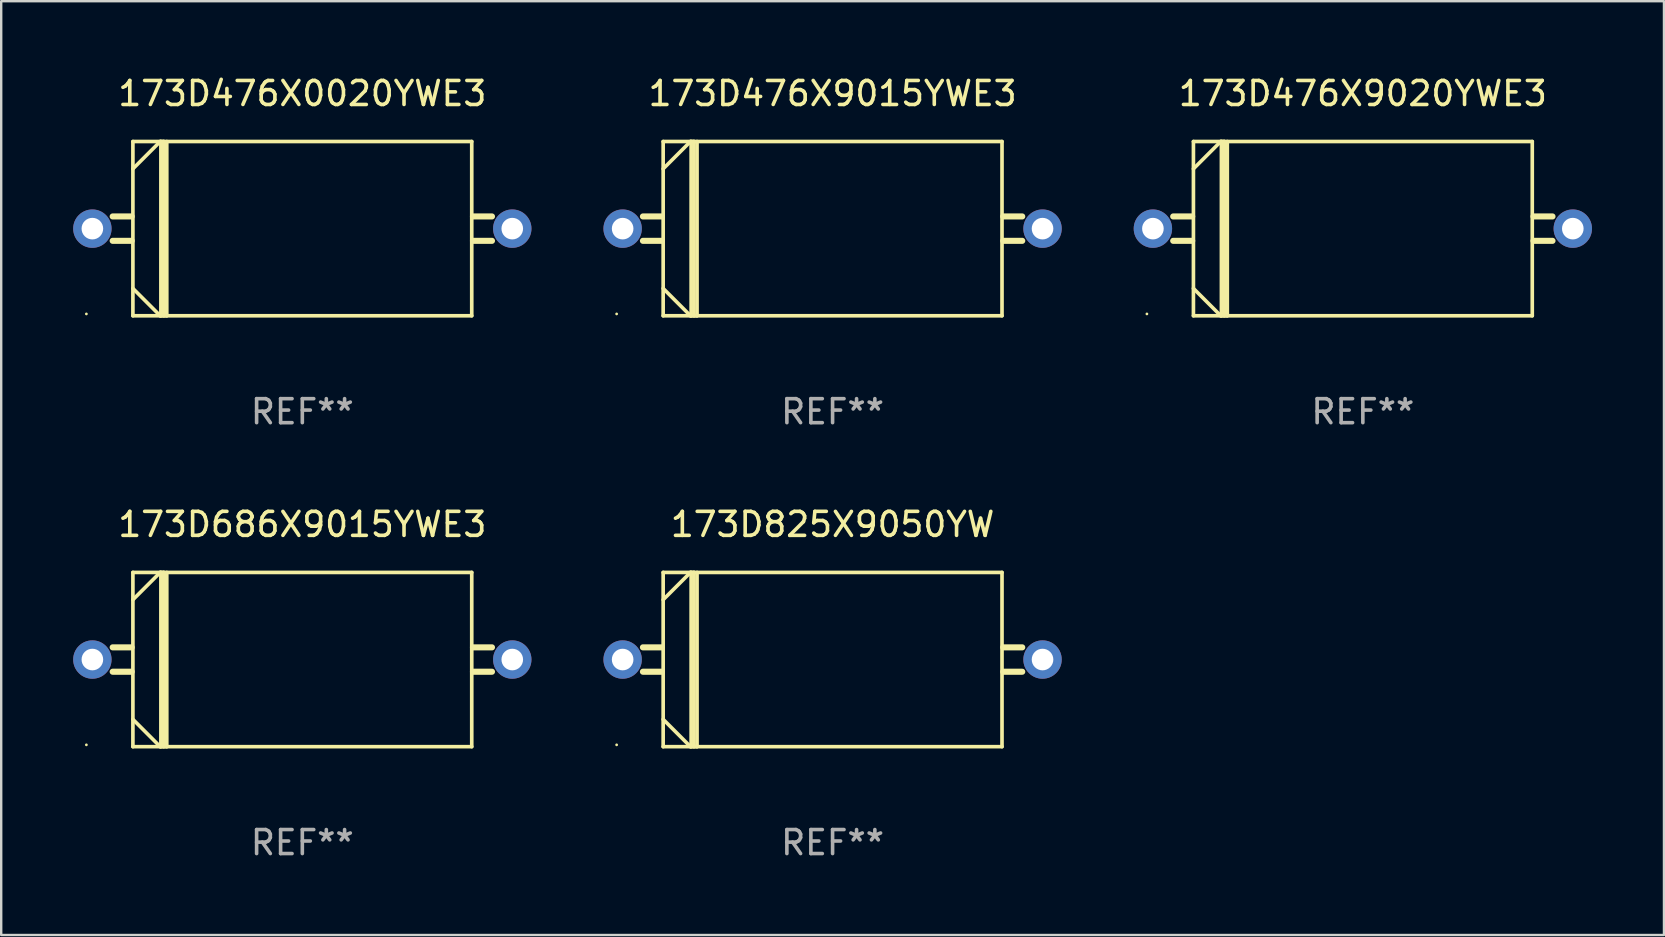
<source format=kicad_pcb>
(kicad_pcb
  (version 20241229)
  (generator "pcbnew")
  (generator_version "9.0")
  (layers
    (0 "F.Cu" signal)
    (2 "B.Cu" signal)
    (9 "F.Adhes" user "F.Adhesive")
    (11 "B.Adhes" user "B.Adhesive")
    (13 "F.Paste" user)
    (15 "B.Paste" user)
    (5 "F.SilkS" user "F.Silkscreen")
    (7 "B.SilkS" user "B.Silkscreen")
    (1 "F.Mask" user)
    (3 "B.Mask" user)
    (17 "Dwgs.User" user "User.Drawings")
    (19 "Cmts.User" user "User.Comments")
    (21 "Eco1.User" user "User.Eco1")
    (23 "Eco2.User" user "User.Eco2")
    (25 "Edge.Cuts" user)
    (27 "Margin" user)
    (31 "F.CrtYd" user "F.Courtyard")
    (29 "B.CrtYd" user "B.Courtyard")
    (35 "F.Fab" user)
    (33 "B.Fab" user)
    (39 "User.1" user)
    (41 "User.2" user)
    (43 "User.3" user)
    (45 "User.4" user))
  (footprint "173D476X9020YWE3"
    (layer "F.Cu")
    (at 53.75 6.479)
    (property "Reference" "173D476X9020YWE3" (at 0 -5.631 0) (layer "F.SilkS") (effects (font (size 1 1) (thickness 0.15))))
    (attr through_hole)
    (fp_line (start -7.112 -0.508) (end -7.904 -0.508) (stroke (width 0.254) (type solid)) (layer "F.SilkS"))
    (fp_line (start -7.112 0.508) (end -7.904 0.508) (stroke (width 0.254) (type solid)) (layer "F.SilkS"))
    (fp_line (start -7.061 -3.631) (end 7.061 -3.631) (stroke (width 0.152) (type solid)) (layer "F.SilkS"))
    (fp_line (start -7.061 3.631) (end -7.061 -3.631) (stroke (width 0.152) (type solid)) (layer "F.SilkS"))
    (fp_line (start -5.923 -3.631) (end -7.061 -2.493) (stroke (width 0.152) (type solid)) (layer "F.SilkS"))
    (fp_line (start -5.923 3.631) (end -7.061 2.493) (stroke (width 0.152) (type solid)) (layer "F.SilkS"))
    (fp_line (start -5.895 -3.631) (end -5.895 3.631) (stroke (width 0.152) (type solid)) (layer "F.SilkS"))
    (fp_line (start -5.776 -3.631) (end -5.923 -3.631) (stroke (width 0.152) (type solid)) (layer "F.SilkS"))
    (fp_line (start -5.776 -3.631) (end -5.776 3.631) (stroke (width 0.152) (type solid)) (layer "F.SilkS"))
    (fp_line (start -5.649 -3.631) (end -5.649 3.631) (stroke (width 0.152) (type solid)) (layer "F.SilkS"))
    (fp_line (start -5.649 3.627) (end -5.923 3.631) (stroke (width 0.152) (type solid)) (layer "F.SilkS"))
    (fp_line (start 7.061 -3.631) (end 7.061 3.631) (stroke (width 0.152) (type solid)) (layer "F.SilkS"))
    (fp_line (start 7.061 3.631) (end -7.061 3.631) (stroke (width 0.152) (type solid)) (layer "F.SilkS"))
    (fp_line (start 7.112 -0.508) (end 7.904 -0.508) (stroke (width 0.254) (type solid)) (layer "F.SilkS"))
    (fp_line (start 7.112 0.508) (end 7.904 0.508) (stroke (width 0.254) (type solid)) (layer "F.SilkS"))
    (fp_circle (center -9 3.555) (end -8.97 3.555) (stroke (width 0.06) (type solid)) (fill no) (layer "F.SilkS"))
    (fp_text user "REF**" (at 0 7.631 0) (layer "F.Fab") (effects (font (size 1 1) (thickness 0.15))))
    (pad "1" thru_hole circle (at -8.75 0) (size 1.6 1.6) (drill 0.9) (layers "*.Cu" "*.Mask"))
    (pad "2" thru_hole circle (at 8.75 0) (size 1.6 1.6) (drill 0.9) (layers "*.Cu" "*.Mask")))
  (footprint "173D476X9015YWE3"
    (layer "F.Cu")
    (at 31.65 6.479)
    (property "Reference" "173D476X9015YWE3" (at 0 -5.631 0) (layer "F.SilkS") (effects (font (size 1 1) (thickness 0.15))))
    (attr through_hole)
    (fp_line (start -7.112 -0.508) (end -7.904 -0.508) (stroke (width 0.254) (type solid)) (layer "F.SilkS"))
    (fp_line (start -7.112 0.508) (end -7.904 0.508) (stroke (width 0.254) (type solid)) (layer "F.SilkS"))
    (fp_line (start -7.061 -3.631) (end 7.061 -3.631) (stroke (width 0.152) (type solid)) (layer "F.SilkS"))
    (fp_line (start -7.061 3.631) (end -7.061 -3.631) (stroke (width 0.152) (type solid)) (layer "F.SilkS"))
    (fp_line (start -5.923 -3.631) (end -7.061 -2.493) (stroke (width 0.152) (type solid)) (layer "F.SilkS"))
    (fp_line (start -5.923 3.631) (end -7.061 2.493) (stroke (width 0.152) (type solid)) (layer "F.SilkS"))
    (fp_line (start -5.895 -3.631) (end -5.895 3.631) (stroke (width 0.152) (type solid)) (layer "F.SilkS"))
    (fp_line (start -5.776 -3.631) (end -5.923 -3.631) (stroke (width 0.152) (type solid)) (layer "F.SilkS"))
    (fp_line (start -5.776 -3.631) (end -5.776 3.631) (stroke (width 0.152) (type solid)) (layer "F.SilkS"))
    (fp_line (start -5.649 -3.631) (end -5.649 3.631) (stroke (width 0.152) (type solid)) (layer "F.SilkS"))
    (fp_line (start -5.649 3.627) (end -5.923 3.631) (stroke (width 0.152) (type solid)) (layer "F.SilkS"))
    (fp_line (start 7.061 -3.631) (end 7.061 3.631) (stroke (width 0.152) (type solid)) (layer "F.SilkS"))
    (fp_line (start 7.061 3.631) (end -7.061 3.631) (stroke (width 0.152) (type solid)) (layer "F.SilkS"))
    (fp_line (start 7.112 -0.508) (end 7.904 -0.508) (stroke (width 0.254) (type solid)) (layer "F.SilkS"))
    (fp_line (start 7.112 0.508) (end 7.904 0.508) (stroke (width 0.254) (type solid)) (layer "F.SilkS"))
    (fp_circle (center -9 3.555) (end -8.97 3.555) (stroke (width 0.06) (type solid)) (fill no) (layer "F.SilkS"))
    (fp_text user "REF**" (at 0 7.631 0) (layer "F.Fab") (effects (font (size 1 1) (thickness 0.15))))
    (pad "1" thru_hole circle (at -8.75 0) (size 1.6 1.6) (drill 0.9) (layers "*.Cu" "*.Mask"))
    (pad "2" thru_hole circle (at 8.75 0) (size 1.6 1.6) (drill 0.9) (layers "*.Cu" "*.Mask")))
  (footprint "173D825X9050YW"
    (layer "F.Cu")
    (at 31.65 24.438)
    (property "Reference" "173D825X9050YW" (at 0 -5.631 0) (layer "F.SilkS") (effects (font (size 1 1) (thickness 0.15))))
    (attr through_hole)
    (fp_line (start -7.112 -0.508) (end -7.904 -0.508) (stroke (width 0.254) (type solid)) (layer "F.SilkS"))
    (fp_line (start -7.112 0.508) (end -7.904 0.508) (stroke (width 0.254) (type solid)) (layer "F.SilkS"))
    (fp_line (start -7.061 -3.631) (end 7.061 -3.631) (stroke (width 0.152) (type solid)) (layer "F.SilkS"))
    (fp_line (start -7.061 3.631) (end -7.061 -3.631) (stroke (width 0.152) (type solid)) (layer "F.SilkS"))
    (fp_line (start -5.923 -3.631) (end -7.061 -2.493) (stroke (width 0.152) (type solid)) (layer "F.SilkS"))
    (fp_line (start -5.923 3.631) (end -7.061 2.493) (stroke (width 0.152) (type solid)) (layer "F.SilkS"))
    (fp_line (start -5.895 -3.631) (end -5.895 3.631) (stroke (width 0.152) (type solid)) (layer "F.SilkS"))
    (fp_line (start -5.776 -3.631) (end -5.923 -3.631) (stroke (width 0.152) (type solid)) (layer "F.SilkS"))
    (fp_line (start -5.776 -3.631) (end -5.776 3.631) (stroke (width 0.152) (type solid)) (layer "F.SilkS"))
    (fp_line (start -5.649 -3.631) (end -5.649 3.631) (stroke (width 0.152) (type solid)) (layer "F.SilkS"))
    (fp_line (start -5.649 3.627) (end -5.923 3.631) (stroke (width 0.152) (type solid)) (layer "F.SilkS"))
    (fp_line (start 7.061 -3.631) (end 7.061 3.631) (stroke (width 0.152) (type solid)) (layer "F.SilkS"))
    (fp_line (start 7.061 3.631) (end -7.061 3.631) (stroke (width 0.152) (type solid)) (layer "F.SilkS"))
    (fp_line (start 7.112 -0.508) (end 7.904 -0.508) (stroke (width 0.254) (type solid)) (layer "F.SilkS"))
    (fp_line (start 7.112 0.508) (end 7.904 0.508) (stroke (width 0.254) (type solid)) (layer "F.SilkS"))
    (fp_circle (center -9 3.555) (end -8.97 3.555) (stroke (width 0.06) (type solid)) (fill no) (layer "F.SilkS"))
    (fp_text user "REF**" (at 0 7.631 0) (layer "F.Fab") (effects (font (size 1 1) (thickness 0.15))))
    (pad "1" thru_hole circle (at -8.75 0) (size 1.6 1.6) (drill 0.9) (layers "*.Cu" "*.Mask"))
    (pad "2" thru_hole circle (at 8.75 0) (size 1.6 1.6) (drill 0.9) (layers "*.Cu" "*.Mask")))
  (footprint "173D686X9015YWE3"
    (layer "F.Cu")
    (at 9.55 24.438)
    (property "Reference" "173D686X9015YWE3" (at 0 -5.631 0) (layer "F.SilkS") (effects (font (size 1 1) (thickness 0.15))))
    (attr through_hole)
    (fp_line (start -7.112 -0.508) (end -7.904 -0.508) (stroke (width 0.254) (type solid)) (layer "F.SilkS"))
    (fp_line (start -7.112 0.508) (end -7.904 0.508) (stroke (width 0.254) (type solid)) (layer "F.SilkS"))
    (fp_line (start -7.061 -3.631) (end 7.061 -3.631) (stroke (width 0.152) (type solid)) (layer "F.SilkS"))
    (fp_line (start -7.061 3.631) (end -7.061 -3.631) (stroke (width 0.152) (type solid)) (layer "F.SilkS"))
    (fp_line (start -5.923 -3.631) (end -7.061 -2.493) (stroke (width 0.152) (type solid)) (layer "F.SilkS"))
    (fp_line (start -5.923 3.631) (end -7.061 2.493) (stroke (width 0.152) (type solid)) (layer "F.SilkS"))
    (fp_line (start -5.895 -3.631) (end -5.895 3.631) (stroke (width 0.152) (type solid)) (layer "F.SilkS"))
    (fp_line (start -5.776 -3.631) (end -5.923 -3.631) (stroke (width 0.152) (type solid)) (layer "F.SilkS"))
    (fp_line (start -5.776 -3.631) (end -5.776 3.631) (stroke (width 0.152) (type solid)) (layer "F.SilkS"))
    (fp_line (start -5.649 -3.631) (end -5.649 3.631) (stroke (width 0.152) (type solid)) (layer "F.SilkS"))
    (fp_line (start -5.649 3.627) (end -5.923 3.631) (stroke (width 0.152) (type solid)) (layer "F.SilkS"))
    (fp_line (start 7.061 -3.631) (end 7.061 3.631) (stroke (width 0.152) (type solid)) (layer "F.SilkS"))
    (fp_line (start 7.061 3.631) (end -7.061 3.631) (stroke (width 0.152) (type solid)) (layer "F.SilkS"))
    (fp_line (start 7.112 -0.508) (end 7.904 -0.508) (stroke (width 0.254) (type solid)) (layer "F.SilkS"))
    (fp_line (start 7.112 0.508) (end 7.904 0.508) (stroke (width 0.254) (type solid)) (layer "F.SilkS"))
    (fp_circle (center -9 3.555) (end -8.97 3.555) (stroke (width 0.06) (type solid)) (fill no) (layer "F.SilkS"))
    (fp_text user "REF**" (at 0 7.631 0) (layer "F.Fab") (effects (font (size 1 1) (thickness 0.15))))
    (pad "1" thru_hole circle (at -8.75 0) (size 1.6 1.6) (drill 0.9) (layers "*.Cu" "*.Mask"))
    (pad "2" thru_hole circle (at 8.75 0) (size 1.6 1.6) (drill 0.9) (layers "*.Cu" "*.Mask")))
  (footprint "173D476X0020YWE3"
    (layer "F.Cu")
    (at 9.55 6.479)
    (property "Reference" "173D476X0020YWE3" (at 0 -5.631 0) (layer "F.SilkS") (effects (font (size 1 1) (thickness 0.15))))
    (attr through_hole)
    (fp_line (start -7.112 -0.508) (end -7.904 -0.508) (stroke (width 0.254) (type solid)) (layer "F.SilkS"))
    (fp_line (start -7.112 0.508) (end -7.904 0.508) (stroke (width 0.254) (type solid)) (layer "F.SilkS"))
    (fp_line (start -7.061 -3.631) (end 7.061 -3.631) (stroke (width 0.152) (type solid)) (layer "F.SilkS"))
    (fp_line (start -7.061 3.631) (end -7.061 -3.631) (stroke (width 0.152) (type solid)) (layer "F.SilkS"))
    (fp_line (start -5.923 -3.631) (end -7.061 -2.493) (stroke (width 0.152) (type solid)) (layer "F.SilkS"))
    (fp_line (start -5.923 3.631) (end -7.061 2.493) (stroke (width 0.152) (type solid)) (layer "F.SilkS"))
    (fp_line (start -5.895 -3.631) (end -5.895 3.631) (stroke (width 0.152) (type solid)) (layer "F.SilkS"))
    (fp_line (start -5.776 -3.631) (end -5.923 -3.631) (stroke (width 0.152) (type solid)) (layer "F.SilkS"))
    (fp_line (start -5.776 -3.631) (end -5.776 3.631) (stroke (width 0.152) (type solid)) (layer "F.SilkS"))
    (fp_line (start -5.649 -3.631) (end -5.649 3.631) (stroke (width 0.152) (type solid)) (layer "F.SilkS"))
    (fp_line (start -5.649 3.627) (end -5.923 3.631) (stroke (width 0.152) (type solid)) (layer "F.SilkS"))
    (fp_line (start 7.061 -3.631) (end 7.061 3.631) (stroke (width 0.152) (type solid)) (layer "F.SilkS"))
    (fp_line (start 7.061 3.631) (end -7.061 3.631) (stroke (width 0.152) (type solid)) (layer "F.SilkS"))
    (fp_line (start 7.112 -0.508) (end 7.904 -0.508) (stroke (width 0.254) (type solid)) (layer "F.SilkS"))
    (fp_line (start 7.112 0.508) (end 7.904 0.508) (stroke (width 0.254) (type solid)) (layer "F.SilkS"))
    (fp_circle (center -9 3.555) (end -8.97 3.555) (stroke (width 0.06) (type solid)) (fill no) (layer "F.SilkS"))
    (fp_text user "REF**" (at 0 7.631 0) (layer "F.Fab") (effects (font (size 1 1) (thickness 0.15))))
    (pad "1" thru_hole circle (at -8.75 0) (size 1.6 1.6) (drill 0.9) (layers "*.Cu" "*.Mask"))
    (pad "2" thru_hole circle (at 8.75 0) (size 1.6 1.6) (drill 0.9) (layers "*.Cu" "*.Mask")))
  (gr_rect
    (start -3 -3)
    (end 66.3 35.918)
    (stroke (width 0.1) (type default))
    (fill no)
    (layer "Edge.Cuts")))
</source>
